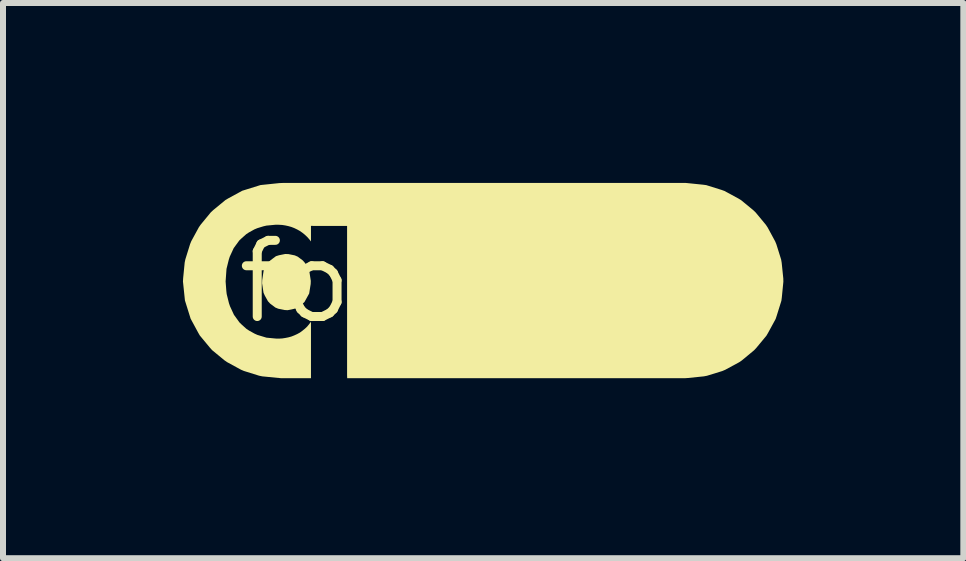
<source format=kicad_pcb>
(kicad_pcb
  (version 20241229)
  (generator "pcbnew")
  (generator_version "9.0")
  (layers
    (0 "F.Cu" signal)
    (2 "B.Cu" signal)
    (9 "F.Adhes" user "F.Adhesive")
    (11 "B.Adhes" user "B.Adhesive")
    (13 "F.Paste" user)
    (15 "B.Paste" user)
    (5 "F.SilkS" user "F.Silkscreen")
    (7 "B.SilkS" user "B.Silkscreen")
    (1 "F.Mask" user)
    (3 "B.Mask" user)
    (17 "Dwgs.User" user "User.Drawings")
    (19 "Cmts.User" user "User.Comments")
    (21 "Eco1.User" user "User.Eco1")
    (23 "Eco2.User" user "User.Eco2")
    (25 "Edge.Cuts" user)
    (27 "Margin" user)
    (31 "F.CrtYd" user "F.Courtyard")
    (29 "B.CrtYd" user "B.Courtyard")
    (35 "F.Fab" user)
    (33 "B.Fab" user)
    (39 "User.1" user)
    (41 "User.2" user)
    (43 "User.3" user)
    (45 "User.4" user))
  (footprint "footprint"
    (layer "F.Cu")
    (at 5.018 1.647)
    (property "Reference" "footprint" (at 0 0 0) (layer "F.SilkS") (effects (font (size 1.27 1.27) (thickness 0.15))))
    (fp_poly (pts (xy -3.259 -0.461) (xy -3.155 -0.44) (xy -3.106 -0.419) (xy -3.02 -0.355) (xy -2.985 -0.315) (xy -2.933 -0.222) (xy -2.911 -0.173) (xy -2.887 -0.015) (xy -2.889 0.038) (xy -2.914 0.196) (xy -2.992 0.337) (xy -3.032 0.373) (xy -3.117 0.437) (xy -3.168 0.452) (xy -3.273 0.474) (xy -3.326 0.471) (xy -3.431 0.449) (xy -3.479 0.429) (xy -3.565 0.364) (xy -3.601 0.325) (xy -3.653 0.232) (xy -3.675 0.183) (xy -3.699 0.025) (xy -3.697 -0.028) (xy -3.673 -0.186) (xy -3.594 -0.327) (xy -3.554 -0.362) (xy -3.468 -0.426) (xy -3.417 -0.442) (xy -3.313 -0.463)) (stroke (width 0) (type solid)) (fill yes) (layer "F.SilkS"))
    (fp_poly (pts (xy 3.388 -1.645) (xy 3.652 -1.618) (xy 3.705 -1.611) (xy 3.958 -1.532) (xy 4.008 -1.514) (xy 4.241 -1.388) (xy 4.287 -1.36) (xy 4.492 -1.191) (xy 4.53 -1.154) (xy 4.699 -0.95) (xy 4.729 -0.905) (xy 4.855 -0.672) (xy 4.875 -0.623) (xy 4.954 -0.37) (xy 4.963 -0.317) (xy 4.99 -0.053) (xy 4.991 -0.000035) (xy 4.965 0.264) (xy 4.958 0.317) (xy 4.879 0.57) (xy 4.862 0.621) (xy 4.735 0.854) (xy 4.708 0.9) (xy 4.539 1.104) (xy 4.502 1.143) (xy 4.298 1.312) (xy 4.254 1.342) (xy 4.021 1.468) (xy 3.971 1.489) (xy 3.718 1.567) (xy 3.666 1.577) (xy 3.402 1.604) (xy 3.349 1.608) (xy -2.28 1.608) (xy -2.282 1.563) (xy -2.282 -0.93) (xy -2.316 -0.931) (xy -2.845 -0.931) (xy -2.884 -0.932) (xy -2.884 -0.672) (xy -2.913 -0.709) (xy -2.948 -0.748) (xy -2.986 -0.784) (xy -3.027 -0.817) (xy -3.07 -0.847) (xy -3.115 -0.872) (xy -3.163 -0.895) (xy -3.212 -0.914) (xy -3.262 -0.928) (xy -3.313 -0.939) (xy -3.365 -0.947) (xy -3.418 -0.95) (xy -3.47 -0.951) (xy -3.627 -0.936) (xy -3.678 -0.924) (xy -3.779 -0.893) (xy -3.827 -0.873) (xy -3.919 -0.822) (xy -3.962 -0.794) (xy -4.041 -0.724) (xy -4.079 -0.688) (xy -4.172 -0.561) (xy -4.238 -0.418) (xy -4.254 -0.368) (xy -4.292 -0.215) (xy -4.307 -0.005) (xy -4.295 0.153) (xy -4.289 0.205) (xy -4.251 0.358) (xy -4.234 0.408) (xy -4.168 0.551) (xy -4.076 0.678) (xy -4.038 0.715) (xy -3.96 0.785) (xy -3.916 0.814) (xy -3.824 0.865) (xy -3.777 0.886) (xy -3.626 0.932) (xy -3.469 0.947) (xy -3.417 0.948) (xy -3.364 0.945) (xy -3.312 0.937) (xy -3.261 0.927) (xy -3.21 0.913) (xy -3.162 0.894) (xy -3.114 0.872) (xy -3.068 0.847) (xy -3.026 0.816) (xy -2.985 0.783) (xy -2.947 0.747) (xy -2.914 0.707) (xy -2.884 0.666) (xy -2.884 1.561) (xy -2.884 1.608) (xy -3.38 1.608) (xy -3.696 1.577) (xy -3.749 1.566) (xy -4.002 1.487) (xy -4.051 1.466) (xy -4.284 1.339) (xy -4.327 1.309) (xy -4.532 1.14) (xy -4.568 1.1) (xy -4.737 0.896) (xy -4.764 0.849) (xy -4.89 0.616) (xy -4.985 0.312) (xy -5.018 -0.005) (xy -5.015 -0.058) (xy -4.989 -0.322) (xy -4.978 -0.374) (xy -4.899 -0.628) (xy -4.879 -0.677) (xy -4.752 -0.91) (xy -4.721 -0.954) (xy -4.553 -1.158) (xy -4.513 -1.195) (xy -4.309 -1.363) (xy -4.263 -1.39) (xy -4.03 -1.517) (xy -3.725 -1.612) (xy -3.409 -1.645) (xy -3.356 -1.647) (xy 3.366 -1.647)) (stroke (width 0) (type solid)) (fill yes) (layer "F.SilkS")))
  (gr_rect
    (start -3 -3)
    (end 13.009 6.255)
    (stroke (width 0.1) (type default))
    (fill no)
    (layer "Edge.Cuts")))
</source>
